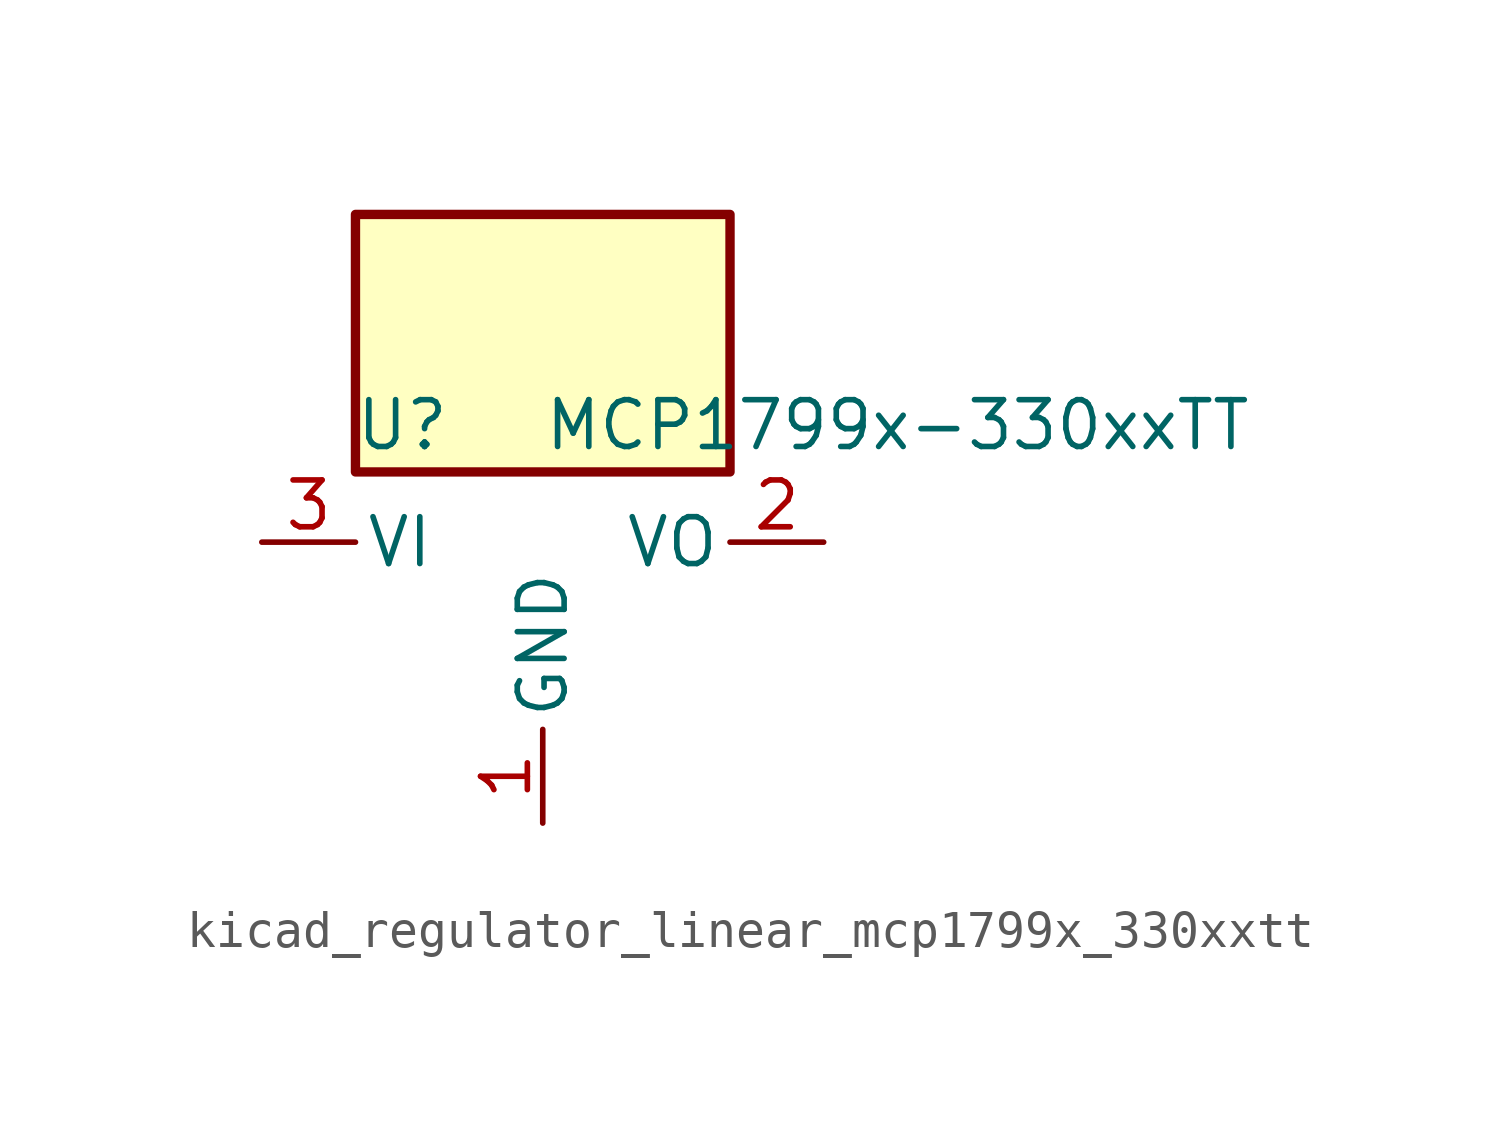
<source format=kicad_sym>
(kicad_symbol_lib
  (version 20220914)
  (generator kicad_symbol_editor)
  (symbol "kicad_regulator_linear_mcp1799x_330xxtt"
    (pin_names
      (offset 0.254))
    (property "Reference" "U"
      (at -3.81 3.175 0)
      (effects (font (size 1.27 1.27))))
    (property "Value" "MCP1799x-330xxTT"
      (at 0 3.175 0)
      (effects (font (size 1.27 1.27)) (justify left)))
    (symbol "kicad_regulator_linear_mcp1799x_330xxtt_0_1"
      (rectangle (start 5.08 8.89) (end -5.08 1.905) (stroke (width 0.254) (type default)) (fill (type background))))
    (symbol "kicad_regulator_linear_mcp1799x_330xxtt_1_1"
      (pin power_in line (at 0 -7.62 90) (length 2.54) (name "GND" (effects (font (size 1.27 1.27)))) (number "1" (effects (font (size 1.27 1.27)))))
      (pin power_out line (at 7.62 0 180) (length 2.54) (name "VO" (effects (font (size 1.27 1.27)))) (number "2" (effects (font (size 1.27 1.27)))))
      (pin power_in line (at -7.62 0 0) (length 2.54) (name "VI" (effects (font (size 1.27 1.27)))) (number "3" (effects (font (size 1.27 1.27))))))))
</source>
